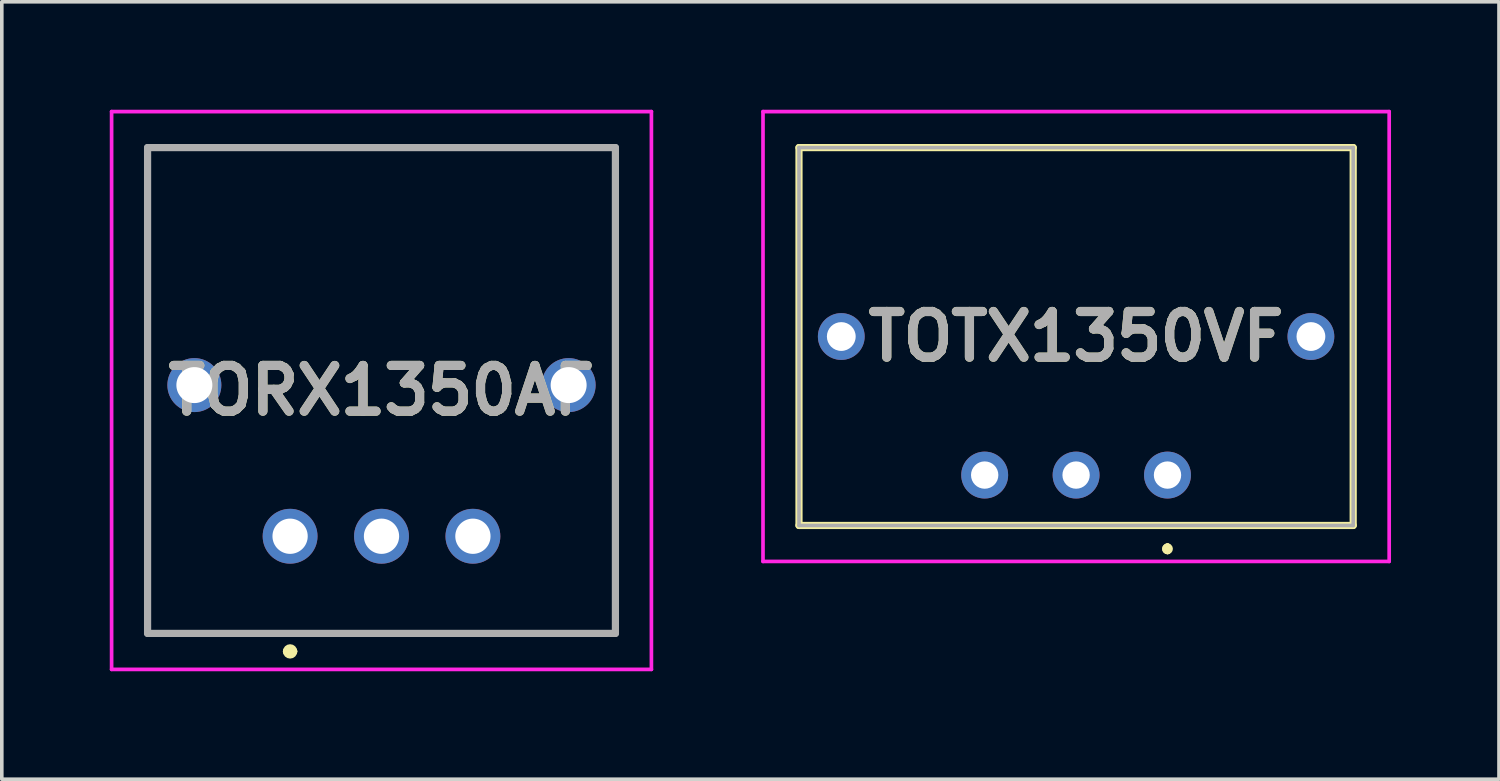
<source format=kicad_pcb>
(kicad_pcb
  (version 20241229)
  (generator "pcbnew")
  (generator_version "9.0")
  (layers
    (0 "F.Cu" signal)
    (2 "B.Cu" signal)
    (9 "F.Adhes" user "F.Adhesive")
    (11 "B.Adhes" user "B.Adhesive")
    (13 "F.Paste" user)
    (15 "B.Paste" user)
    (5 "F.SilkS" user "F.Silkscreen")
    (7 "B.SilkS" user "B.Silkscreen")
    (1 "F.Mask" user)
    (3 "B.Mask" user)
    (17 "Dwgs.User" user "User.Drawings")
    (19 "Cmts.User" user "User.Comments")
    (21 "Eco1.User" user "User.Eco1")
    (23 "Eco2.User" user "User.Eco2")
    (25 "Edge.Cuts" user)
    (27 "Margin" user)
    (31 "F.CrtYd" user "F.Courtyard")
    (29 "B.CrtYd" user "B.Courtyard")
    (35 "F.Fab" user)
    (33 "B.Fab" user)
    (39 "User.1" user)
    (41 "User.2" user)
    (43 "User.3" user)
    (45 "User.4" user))
  (footprint "TORX1350AF"
    (layer "F.Cu")
    (at 5.011 11.851)
    (property "Reference" "TORX1350AF" (at 2.54 -4.05 0) (layer "F.SilkS") (effects (font (size 1.27 1.27) (thickness 0.254))))
    (attr through_hole)
    (fp_line (start -3.96 -10.8) (end 9.04 -10.8) (stroke (width 0.1) (type solid)) (layer "F.SilkS"))
    (fp_line (start -3.96 2.7) (end -3.96 -10.8) (stroke (width 0.1) (type solid)) (layer "F.SilkS"))
    (fp_line (start -0.1 3.2) (end -0.1 3.2) (stroke (width 0.2) (type solid)) (layer "F.SilkS"))
    (fp_line (start 0.1 3.2) (end 0.1 3.2) (stroke (width 0.2) (type solid)) (layer "F.SilkS"))
    (fp_line (start 9.04 -10.8) (end 9.04 2.7) (stroke (width 0.1) (type solid)) (layer "F.SilkS"))
    (fp_line (start 9.04 2.7) (end -3.96 2.7) (stroke (width 0.1) (type solid)) (layer "F.SilkS"))
    (fp_arc (start -0.1 3.2) (mid 0 3.1) (end 0.1 3.2) (stroke (width 0.2) (type solid)) (layer "F.SilkS"))
    (fp_arc (start 0.1 3.2) (mid 0 3.3) (end -0.1 3.2) (stroke (width 0.2) (type solid)) (layer "F.SilkS"))
    (fp_line (start -4.96 -11.8) (end 10.04 -11.8) (stroke (width 0.102) (type solid)) (layer "F.CrtYd"))
    (fp_line (start -4.96 3.7) (end -4.96 -11.8) (stroke (width 0.102) (type solid)) (layer "F.CrtYd"))
    (fp_line (start 10.04 -11.8) (end 10.04 3.7) (stroke (width 0.102) (type solid)) (layer "F.CrtYd"))
    (fp_line (start 10.04 3.7) (end -4.96 3.7) (stroke (width 0.102) (type solid)) (layer "F.CrtYd"))
    (fp_line (start -3.96 -10.8) (end 9.04 -10.8) (stroke (width 0.2) (type solid)) (layer "F.Fab"))
    (fp_line (start -3.96 2.7) (end -3.96 -10.8) (stroke (width 0.2) (type solid)) (layer "F.Fab"))
    (fp_line (start 9.04 -10.8) (end 9.04 2.7) (stroke (width 0.2) (type solid)) (layer "F.Fab"))
    (fp_line (start 9.04 2.7) (end -3.96 2.7) (stroke (width 0.2) (type solid)) (layer "F.Fab"))
    (fp_text user "${REFERENCE}" (at 2.54 -4.05 0) (layer "F.Fab") (effects (font (size 1.27 1.27) (thickness 0.254))))
    (pad "1" thru_hole circle (at 0 0) (size 1.524 1.524) (drill 0.98) (layers "*.Cu" "*.Mask"))
    (pad "2" thru_hole circle (at 2.54 0) (size 1.524 1.524) (drill 0.98) (layers "*.Cu" "*.Mask"))
    (pad "3" thru_hole circle (at 5.08 0) (size 1.524 1.524) (drill 0.98) (layers "*.Cu" "*.Mask"))
    (pad "4" thru_hole circle (at 7.74 -4.2) (size 1.5 1.5) (drill 1) (layers "*.Cu" "*.Mask"))
    (pad "5" thru_hole circle (at -2.66 -4.2) (size 1.5 1.5) (drill 1) (layers "*.Cu" "*.Mask")))
  (footprint "TOTX1350VF"
    (layer "F.Cu")
    (at 29.392 10.151)
    (property "Reference" "TOTX1350VF" (at -2.54 -3.85 0) (layer "F.SilkS") (effects (font (size 1.27 1.27) (thickness 0.254))))
    (attr through_hole)
    (fp_line (start -10.24 -9.1) (end -10.24 1.4) (stroke (width 0.2) (type solid)) (layer "F.SilkS"))
    (fp_line (start -10.24 1.4) (end 5.16 1.4) (stroke (width 0.2) (type solid)) (layer "F.SilkS"))
    (fp_line (start 0 2) (end 0 2) (stroke (width 0.2) (type solid)) (layer "F.SilkS"))
    (fp_line (start 0 2) (end 0 2) (stroke (width 0.2) (type solid)) (layer "F.SilkS"))
    (fp_line (start 0 2.1) (end 0 2.1) (stroke (width 0.2) (type solid)) (layer "F.SilkS"))
    (fp_line (start 5.16 -9.1) (end -10.24 -9.1) (stroke (width 0.2) (type solid)) (layer "F.SilkS"))
    (fp_line (start 5.16 1.4) (end 5.16 -9.1) (stroke (width 0.2) (type solid)) (layer "F.SilkS"))
    (fp_arc (start 0 2) (mid 0.05 2.05) (end 0 2.1) (stroke (width 0.2) (type solid)) (layer "F.SilkS"))
    (fp_arc (start 0 2.1) (mid -0.05 2.05) (end 0 2) (stroke (width 0.2) (type solid)) (layer "F.SilkS"))
    (fp_arc (start 0 2.1) (mid -0.05 2.05) (end 0 2) (stroke (width 0.2) (type solid)) (layer "F.SilkS"))
    (fp_line (start -11.24 -10.1) (end 6.16 -10.1) (stroke (width 0.102) (type solid)) (layer "F.CrtYd"))
    (fp_line (start -11.24 2.4) (end -11.24 -10.1) (stroke (width 0.102) (type solid)) (layer "F.CrtYd"))
    (fp_line (start 6.16 -10.1) (end 6.16 2.4) (stroke (width 0.102) (type solid)) (layer "F.CrtYd"))
    (fp_line (start 6.16 2.4) (end -11.24 2.4) (stroke (width 0.102) (type solid)) (layer "F.CrtYd"))
    (fp_line (start -10.24 -9.1) (end -10.24 1.4) (stroke (width 0.1) (type solid)) (layer "F.Fab"))
    (fp_line (start -10.24 1.4) (end 5.16 1.4) (stroke (width 0.1) (type solid)) (layer "F.Fab"))
    (fp_line (start 5.16 -9.1) (end -10.24 -9.1) (stroke (width 0.1) (type solid)) (layer "F.Fab"))
    (fp_line (start 5.16 1.4) (end 5.16 -9.1) (stroke (width 0.1) (type solid)) (layer "F.Fab"))
    (fp_text user "${REFERENCE}" (at -2.54 -3.85 0) (layer "F.Fab") (effects (font (size 1.27 1.27) (thickness 0.254))))
    (pad "1" thru_hole circle (at 0 0) (size 1.303 1.303) (drill 0.76) (layers "*.Cu" "*.Mask"))
    (pad "2" thru_hole circle (at -2.54 0) (size 1.303 1.303) (drill 0.76) (layers "*.Cu" "*.Mask"))
    (pad "3" thru_hole circle (at -5.08 0) (size 1.303 1.303) (drill 0.76) (layers "*.Cu" "*.Mask"))
    (pad "4" thru_hole circle (at -9.065 -3.85) (size 1.3 1.3) (drill 0.8) (layers "*.Cu" "*.Mask"))
    (pad "5" thru_hole circle (at 3.985 -3.85) (size 1.3 1.3) (drill 0.8) (layers "*.Cu" "*.Mask")))
  (gr_rect
    (start -3 -3)
    (end 38.603 18.602)
    (stroke (width 0.1) (type default))
    (fill no)
    (layer "Edge.Cuts")))
</source>
